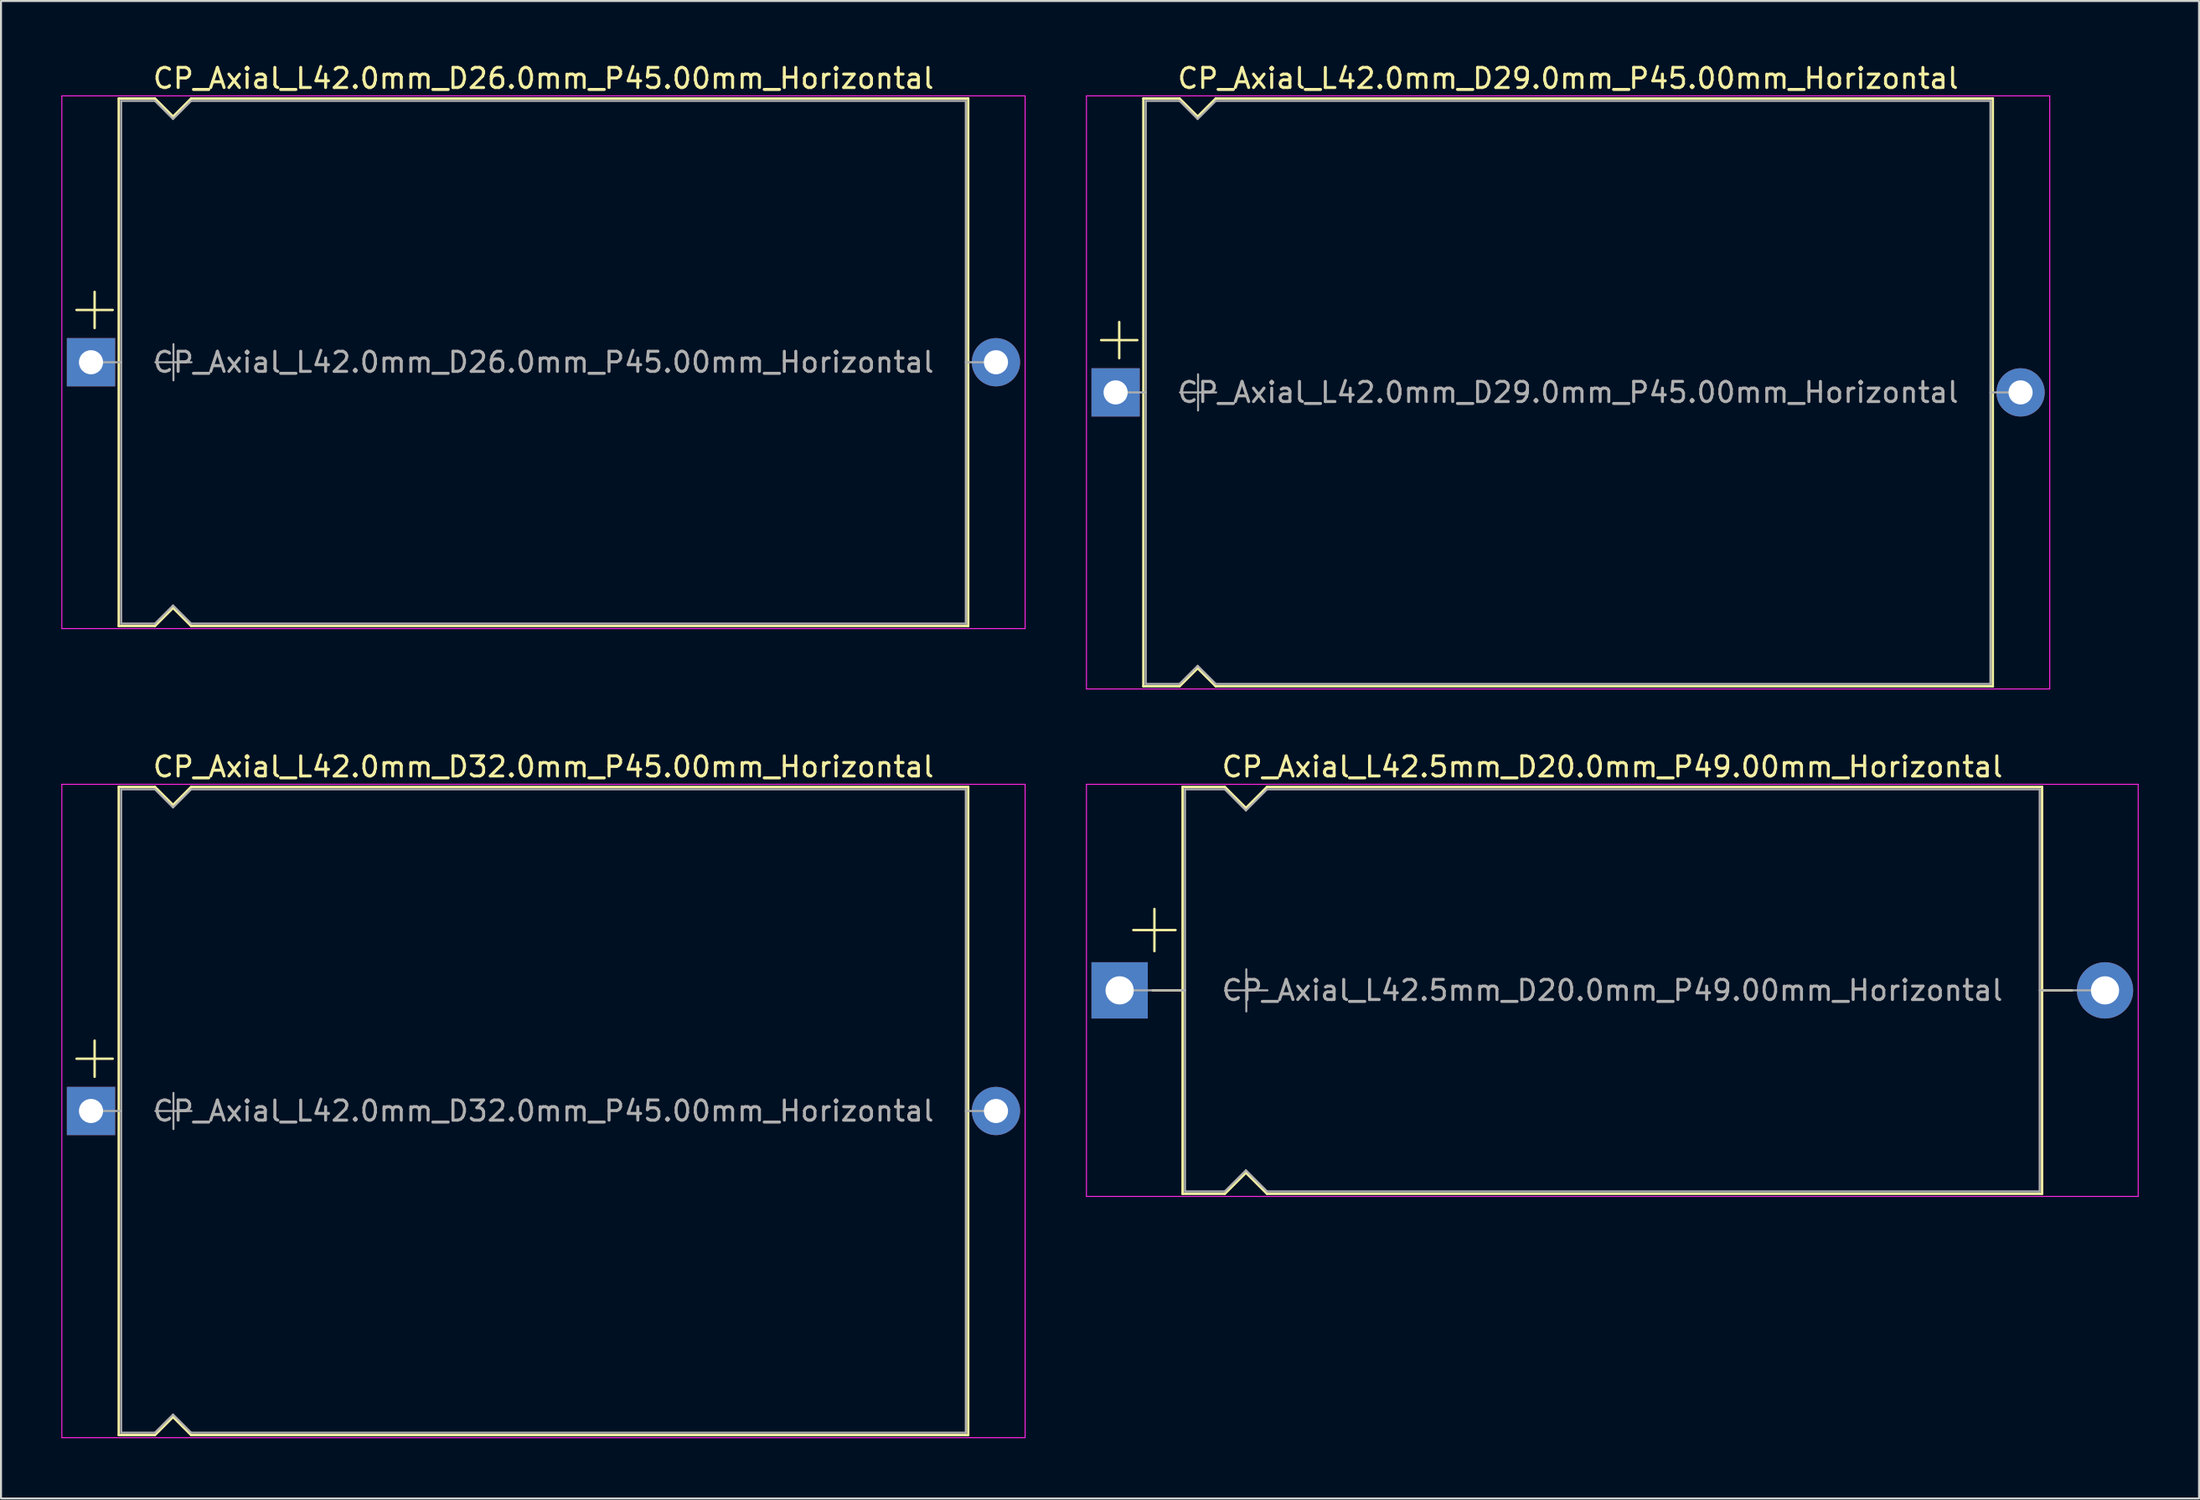
<source format=kicad_pcb>
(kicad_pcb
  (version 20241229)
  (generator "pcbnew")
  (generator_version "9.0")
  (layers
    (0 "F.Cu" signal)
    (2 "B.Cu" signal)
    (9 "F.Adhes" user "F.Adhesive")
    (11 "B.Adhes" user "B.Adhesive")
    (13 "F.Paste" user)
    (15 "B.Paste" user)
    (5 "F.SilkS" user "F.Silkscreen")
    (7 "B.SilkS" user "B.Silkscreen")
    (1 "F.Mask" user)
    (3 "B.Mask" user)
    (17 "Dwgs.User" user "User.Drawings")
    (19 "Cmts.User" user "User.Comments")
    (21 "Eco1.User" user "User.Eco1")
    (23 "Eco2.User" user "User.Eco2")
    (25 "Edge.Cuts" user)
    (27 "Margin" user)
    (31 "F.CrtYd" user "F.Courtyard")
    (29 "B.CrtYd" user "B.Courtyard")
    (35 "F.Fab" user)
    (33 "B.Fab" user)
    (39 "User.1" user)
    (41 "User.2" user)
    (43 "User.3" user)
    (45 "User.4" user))
  (footprint "CP_Axial_L42.0mm_D29.0mm_P45.00mm_Horizontal"
    (layer "F.Cu")
    (at 52.425 16.468)
    (property "Reference" "CP_Axial_L42.0mm_D29.0mm_P45.00mm_Horizontal" (at 22.5 -15.62 0) (layer "F.SilkS") (effects (font (size 1 1) (thickness 0.15))))
    (attr through_hole)
    (fp_line (start -0.72 -2.6) (end 1.08 -2.6) (stroke (width 0.12) (type solid)) (layer "F.SilkS"))
    (fp_line (start 0.18 -3.5) (end 0.18 -1.7) (stroke (width 0.12) (type solid)) (layer "F.SilkS"))
    (fp_line (start 1.38 -14.62) (end 1.38 14.62) (stroke (width 0.12) (type solid)) (layer "F.SilkS"))
    (fp_line (start 1.38 -14.62) (end 3.18 -14.62) (stroke (width 0.12) (type solid)) (layer "F.SilkS"))
    (fp_line (start 1.38 14.62) (end 3.18 14.62) (stroke (width 0.12) (type solid)) (layer "F.SilkS"))
    (fp_line (start 3.18 -14.62) (end 4.08 -13.72) (stroke (width 0.12) (type solid)) (layer "F.SilkS"))
    (fp_line (start 3.18 14.62) (end 4.08 13.72) (stroke (width 0.12) (type solid)) (layer "F.SilkS"))
    (fp_line (start 4.08 -13.72) (end 4.98 -14.62) (stroke (width 0.12) (type solid)) (layer "F.SilkS"))
    (fp_line (start 4.08 13.72) (end 4.98 14.62) (stroke (width 0.12) (type solid)) (layer "F.SilkS"))
    (fp_line (start 4.98 -14.62) (end 43.62 -14.62) (stroke (width 0.12) (type solid)) (layer "F.SilkS"))
    (fp_line (start 4.98 14.62) (end 43.62 14.62) (stroke (width 0.12) (type solid)) (layer "F.SilkS"))
    (fp_line (start 43.62 -14.62) (end 43.62 14.62) (stroke (width 0.12) (type solid)) (layer "F.SilkS"))
    (fp_line (start -1.45 -14.75) (end -1.45 14.75) (stroke (width 0.05) (type solid)) (layer "F.CrtYd"))
    (fp_line (start -1.45 14.75) (end 46.45 14.75) (stroke (width 0.05) (type solid)) (layer "F.CrtYd"))
    (fp_line (start 46.45 -14.75) (end -1.45 -14.75) (stroke (width 0.05) (type solid)) (layer "F.CrtYd"))
    (fp_line (start 46.45 14.75) (end 46.45 -14.75) (stroke (width 0.05) (type solid)) (layer "F.CrtYd"))
    (fp_line (start 0 0) (end 1.5 0) (stroke (width 0.1) (type solid)) (layer "F.Fab"))
    (fp_line (start 1.5 -14.5) (end 1.5 14.5) (stroke (width 0.1) (type solid)) (layer "F.Fab"))
    (fp_line (start 1.5 -14.5) (end 3.18 -14.5) (stroke (width 0.1) (type solid)) (layer "F.Fab"))
    (fp_line (start 1.5 14.5) (end 3.18 14.5) (stroke (width 0.1) (type solid)) (layer "F.Fab"))
    (fp_line (start 3.18 -14.5) (end 4.08 -13.6) (stroke (width 0.1) (type solid)) (layer "F.Fab"))
    (fp_line (start 3.18 14.5) (end 4.08 13.6) (stroke (width 0.1) (type solid)) (layer "F.Fab"))
    (fp_line (start 3.2 0) (end 5 0) (stroke (width 0.1) (type solid)) (layer "F.Fab"))
    (fp_line (start 4.08 -13.6) (end 4.98 -14.5) (stroke (width 0.1) (type solid)) (layer "F.Fab"))
    (fp_line (start 4.08 13.6) (end 4.98 14.5) (stroke (width 0.1) (type solid)) (layer "F.Fab"))
    (fp_line (start 4.1 -0.9) (end 4.1 0.9) (stroke (width 0.1) (type solid)) (layer "F.Fab"))
    (fp_line (start 4.98 -14.5) (end 43.5 -14.5) (stroke (width 0.1) (type solid)) (layer "F.Fab"))
    (fp_line (start 4.98 14.5) (end 43.5 14.5) (stroke (width 0.1) (type solid)) (layer "F.Fab"))
    (fp_line (start 43.5 -14.5) (end 43.5 14.5) (stroke (width 0.1) (type solid)) (layer "F.Fab"))
    (fp_line (start 45 0) (end 43.5 0) (stroke (width 0.1) (type solid)) (layer "F.Fab"))
    (fp_text user "${REFERENCE}" (at 22.5 0 0) (layer "F.Fab") (effects (font (size 1 1) (thickness 0.15))))
    (pad "1" thru_hole rect (at 0 0) (size 2.4 2.4) (drill 1.2) (layers "*.Cu" "*.Mask"))
    (pad "2" thru_hole oval (at 45 0) (size 2.4 2.4) (drill 1.2) (layers "*.Cu" "*.Mask")))
  (footprint "CP_Axial_L42.5mm_D20.0mm_P49.00mm_Horizontal"
    (layer "F.Cu")
    (at 52.625 46.212)
    (property "Reference" "CP_Axial_L42.5mm_D20.0mm_P49.00mm_Horizontal" (at 24.5 -11.12 0) (layer "F.SilkS") (effects (font (size 1 1) (thickness 0.15))))
    (attr through_hole)
    (fp_line (start 0.68 -3) (end 2.78 -3) (stroke (width 0.12) (type solid)) (layer "F.SilkS"))
    (fp_line (start 1.64 0) (end 3.13 0) (stroke (width 0.12) (type solid)) (layer "F.SilkS"))
    (fp_line (start 1.73 -4.05) (end 1.73 -1.95) (stroke (width 0.12) (type solid)) (layer "F.SilkS"))
    (fp_line (start 3.13 -10.12) (end 3.13 10.12) (stroke (width 0.12) (type solid)) (layer "F.SilkS"))
    (fp_line (start 3.13 -10.12) (end 5.23 -10.12) (stroke (width 0.12) (type solid)) (layer "F.SilkS"))
    (fp_line (start 3.13 10.12) (end 5.23 10.12) (stroke (width 0.12) (type solid)) (layer "F.SilkS"))
    (fp_line (start 5.23 -10.12) (end 6.28 -9.07) (stroke (width 0.12) (type solid)) (layer "F.SilkS"))
    (fp_line (start 5.23 10.12) (end 6.28 9.07) (stroke (width 0.12) (type solid)) (layer "F.SilkS"))
    (fp_line (start 6.28 -9.07) (end 7.33 -10.12) (stroke (width 0.12) (type solid)) (layer "F.SilkS"))
    (fp_line (start 6.28 9.07) (end 7.33 10.12) (stroke (width 0.12) (type solid)) (layer "F.SilkS"))
    (fp_line (start 7.33 -10.12) (end 45.87 -10.12) (stroke (width 0.12) (type solid)) (layer "F.SilkS"))
    (fp_line (start 7.33 10.12) (end 45.87 10.12) (stroke (width 0.12) (type solid)) (layer "F.SilkS"))
    (fp_line (start 45.87 -10.12) (end 45.87 10.12) (stroke (width 0.12) (type solid)) (layer "F.SilkS"))
    (fp_line (start 47.36 0) (end 45.87 0) (stroke (width 0.12) (type solid)) (layer "F.SilkS"))
    (fp_line (start -1.65 -10.25) (end -1.65 10.25) (stroke (width 0.05) (type solid)) (layer "F.CrtYd"))
    (fp_line (start -1.65 10.25) (end 50.65 10.25) (stroke (width 0.05) (type solid)) (layer "F.CrtYd"))
    (fp_line (start 50.65 -10.25) (end -1.65 -10.25) (stroke (width 0.05) (type solid)) (layer "F.CrtYd"))
    (fp_line (start 50.65 10.25) (end 50.65 -10.25) (stroke (width 0.05) (type solid)) (layer "F.CrtYd"))
    (fp_line (start 0 0) (end 3.25 0) (stroke (width 0.1) (type solid)) (layer "F.Fab"))
    (fp_line (start 3.25 -10) (end 3.25 10) (stroke (width 0.1) (type solid)) (layer "F.Fab"))
    (fp_line (start 3.25 -10) (end 5.23 -10) (stroke (width 0.1) (type solid)) (layer "F.Fab"))
    (fp_line (start 3.25 10) (end 5.23 10) (stroke (width 0.1) (type solid)) (layer "F.Fab"))
    (fp_line (start 5.23 -10) (end 6.28 -8.95) (stroke (width 0.1) (type solid)) (layer "F.Fab"))
    (fp_line (start 5.23 10) (end 6.28 8.95) (stroke (width 0.1) (type solid)) (layer "F.Fab"))
    (fp_line (start 5.25 0) (end 7.35 0) (stroke (width 0.1) (type solid)) (layer "F.Fab"))
    (fp_line (start 6.28 -8.95) (end 7.33 -10) (stroke (width 0.1) (type solid)) (layer "F.Fab"))
    (fp_line (start 6.28 8.95) (end 7.33 10) (stroke (width 0.1) (type solid)) (layer "F.Fab"))
    (fp_line (start 6.3 -1.05) (end 6.3 1.05) (stroke (width 0.1) (type solid)) (layer "F.Fab"))
    (fp_line (start 7.33 -10) (end 45.75 -10) (stroke (width 0.1) (type solid)) (layer "F.Fab"))
    (fp_line (start 7.33 10) (end 45.75 10) (stroke (width 0.1) (type solid)) (layer "F.Fab"))
    (fp_line (start 45.75 -10) (end 45.75 10) (stroke (width 0.1) (type solid)) (layer "F.Fab"))
    (fp_line (start 49 0) (end 45.75 0) (stroke (width 0.1) (type solid)) (layer "F.Fab"))
    (fp_text user "${REFERENCE}" (at 24.5 0 0) (layer "F.Fab") (effects (font (size 1 1) (thickness 0.15))))
    (pad "1" thru_hole rect (at 0 0) (size 2.8 2.8) (drill 1.4) (layers "*.Cu" "*.Mask"))
    (pad "2" thru_hole oval (at 49 0) (size 2.8 2.8) (drill 1.4) (layers "*.Cu" "*.Mask")))
  (footprint "CP_Axial_L42.0mm_D32.0mm_P45.00mm_Horizontal"
    (layer "F.Cu")
    (at 1.475 52.212)
    (property "Reference" "CP_Axial_L42.0mm_D32.0mm_P45.00mm_Horizontal" (at 22.5 -17.12 0) (layer "F.SilkS") (effects (font (size 1 1) (thickness 0.15))))
    (attr through_hole)
    (fp_line (start -0.72 -2.6) (end 1.08 -2.6) (stroke (width 0.12) (type solid)) (layer "F.SilkS"))
    (fp_line (start 0.18 -3.5) (end 0.18 -1.7) (stroke (width 0.12) (type solid)) (layer "F.SilkS"))
    (fp_line (start 1.38 -16.12) (end 1.38 16.12) (stroke (width 0.12) (type solid)) (layer "F.SilkS"))
    (fp_line (start 1.38 -16.12) (end 3.18 -16.12) (stroke (width 0.12) (type solid)) (layer "F.SilkS"))
    (fp_line (start 1.38 16.12) (end 3.18 16.12) (stroke (width 0.12) (type solid)) (layer "F.SilkS"))
    (fp_line (start 3.18 -16.12) (end 4.08 -15.22) (stroke (width 0.12) (type solid)) (layer "F.SilkS"))
    (fp_line (start 3.18 16.12) (end 4.08 15.22) (stroke (width 0.12) (type solid)) (layer "F.SilkS"))
    (fp_line (start 4.08 -15.22) (end 4.98 -16.12) (stroke (width 0.12) (type solid)) (layer "F.SilkS"))
    (fp_line (start 4.08 15.22) (end 4.98 16.12) (stroke (width 0.12) (type solid)) (layer "F.SilkS"))
    (fp_line (start 4.98 -16.12) (end 43.62 -16.12) (stroke (width 0.12) (type solid)) (layer "F.SilkS"))
    (fp_line (start 4.98 16.12) (end 43.62 16.12) (stroke (width 0.12) (type solid)) (layer "F.SilkS"))
    (fp_line (start 43.62 -16.12) (end 43.62 16.12) (stroke (width 0.12) (type solid)) (layer "F.SilkS"))
    (fp_line (start -1.45 -16.25) (end -1.45 16.25) (stroke (width 0.05) (type solid)) (layer "F.CrtYd"))
    (fp_line (start -1.45 16.25) (end 46.45 16.25) (stroke (width 0.05) (type solid)) (layer "F.CrtYd"))
    (fp_line (start 46.45 -16.25) (end -1.45 -16.25) (stroke (width 0.05) (type solid)) (layer "F.CrtYd"))
    (fp_line (start 46.45 16.25) (end 46.45 -16.25) (stroke (width 0.05) (type solid)) (layer "F.CrtYd"))
    (fp_line (start 0 0) (end 1.5 0) (stroke (width 0.1) (type solid)) (layer "F.Fab"))
    (fp_line (start 1.5 -16) (end 1.5 16) (stroke (width 0.1) (type solid)) (layer "F.Fab"))
    (fp_line (start 1.5 -16) (end 3.18 -16) (stroke (width 0.1) (type solid)) (layer "F.Fab"))
    (fp_line (start 1.5 16) (end 3.18 16) (stroke (width 0.1) (type solid)) (layer "F.Fab"))
    (fp_line (start 3.18 -16) (end 4.08 -15.1) (stroke (width 0.1) (type solid)) (layer "F.Fab"))
    (fp_line (start 3.18 16) (end 4.08 15.1) (stroke (width 0.1) (type solid)) (layer "F.Fab"))
    (fp_line (start 3.2 0) (end 5 0) (stroke (width 0.1) (type solid)) (layer "F.Fab"))
    (fp_line (start 4.08 -15.1) (end 4.98 -16) (stroke (width 0.1) (type solid)) (layer "F.Fab"))
    (fp_line (start 4.08 15.1) (end 4.98 16) (stroke (width 0.1) (type solid)) (layer "F.Fab"))
    (fp_line (start 4.1 -0.9) (end 4.1 0.9) (stroke (width 0.1) (type solid)) (layer "F.Fab"))
    (fp_line (start 4.98 -16) (end 43.5 -16) (stroke (width 0.1) (type solid)) (layer "F.Fab"))
    (fp_line (start 4.98 16) (end 43.5 16) (stroke (width 0.1) (type solid)) (layer "F.Fab"))
    (fp_line (start 43.5 -16) (end 43.5 16) (stroke (width 0.1) (type solid)) (layer "F.Fab"))
    (fp_line (start 45 0) (end 43.5 0) (stroke (width 0.1) (type solid)) (layer "F.Fab"))
    (fp_text user "${REFERENCE}" (at 22.5 0 0) (layer "F.Fab") (effects (font (size 1 1) (thickness 0.15))))
    (pad "1" thru_hole rect (at 0 0) (size 2.4 2.4) (drill 1.2) (layers "*.Cu" "*.Mask"))
    (pad "2" thru_hole oval (at 45 0) (size 2.4 2.4) (drill 1.2) (layers "*.Cu" "*.Mask")))
  (footprint "CP_Axial_L42.0mm_D26.0mm_P45.00mm_Horizontal"
    (layer "F.Cu")
    (at 1.475 14.968)
    (property "Reference" "CP_Axial_L42.0mm_D26.0mm_P45.00mm_Horizontal" (at 22.5 -14.12 0) (layer "F.SilkS") (effects (font (size 1 1) (thickness 0.15))))
    (attr through_hole)
    (fp_line (start -0.72 -2.6) (end 1.08 -2.6) (stroke (width 0.12) (type solid)) (layer "F.SilkS"))
    (fp_line (start 0.18 -3.5) (end 0.18 -1.7) (stroke (width 0.12) (type solid)) (layer "F.SilkS"))
    (fp_line (start 1.38 -13.12) (end 1.38 13.12) (stroke (width 0.12) (type solid)) (layer "F.SilkS"))
    (fp_line (start 1.38 -13.12) (end 3.18 -13.12) (stroke (width 0.12) (type solid)) (layer "F.SilkS"))
    (fp_line (start 1.38 13.12) (end 3.18 13.12) (stroke (width 0.12) (type solid)) (layer "F.SilkS"))
    (fp_line (start 3.18 -13.12) (end 4.08 -12.22) (stroke (width 0.12) (type solid)) (layer "F.SilkS"))
    (fp_line (start 3.18 13.12) (end 4.08 12.22) (stroke (width 0.12) (type solid)) (layer "F.SilkS"))
    (fp_line (start 4.08 -12.22) (end 4.98 -13.12) (stroke (width 0.12) (type solid)) (layer "F.SilkS"))
    (fp_line (start 4.08 12.22) (end 4.98 13.12) (stroke (width 0.12) (type solid)) (layer "F.SilkS"))
    (fp_line (start 4.98 -13.12) (end 43.62 -13.12) (stroke (width 0.12) (type solid)) (layer "F.SilkS"))
    (fp_line (start 4.98 13.12) (end 43.62 13.12) (stroke (width 0.12) (type solid)) (layer "F.SilkS"))
    (fp_line (start 43.62 -13.12) (end 43.62 13.12) (stroke (width 0.12) (type solid)) (layer "F.SilkS"))
    (fp_line (start -1.45 -13.25) (end -1.45 13.25) (stroke (width 0.05) (type solid)) (layer "F.CrtYd"))
    (fp_line (start -1.45 13.25) (end 46.45 13.25) (stroke (width 0.05) (type solid)) (layer "F.CrtYd"))
    (fp_line (start 46.45 -13.25) (end -1.45 -13.25) (stroke (width 0.05) (type solid)) (layer "F.CrtYd"))
    (fp_line (start 46.45 13.25) (end 46.45 -13.25) (stroke (width 0.05) (type solid)) (layer "F.CrtYd"))
    (fp_line (start 0 0) (end 1.5 0) (stroke (width 0.1) (type solid)) (layer "F.Fab"))
    (fp_line (start 1.5 -13) (end 1.5 13) (stroke (width 0.1) (type solid)) (layer "F.Fab"))
    (fp_line (start 1.5 -13) (end 3.18 -13) (stroke (width 0.1) (type solid)) (layer "F.Fab"))
    (fp_line (start 1.5 13) (end 3.18 13) (stroke (width 0.1) (type solid)) (layer "F.Fab"))
    (fp_line (start 3.18 -13) (end 4.08 -12.1) (stroke (width 0.1) (type solid)) (layer "F.Fab"))
    (fp_line (start 3.18 13) (end 4.08 12.1) (stroke (width 0.1) (type solid)) (layer "F.Fab"))
    (fp_line (start 3.2 0) (end 5 0) (stroke (width 0.1) (type solid)) (layer "F.Fab"))
    (fp_line (start 4.08 -12.1) (end 4.98 -13) (stroke (width 0.1) (type solid)) (layer "F.Fab"))
    (fp_line (start 4.08 12.1) (end 4.98 13) (stroke (width 0.1) (type solid)) (layer "F.Fab"))
    (fp_line (start 4.1 -0.9) (end 4.1 0.9) (stroke (width 0.1) (type solid)) (layer "F.Fab"))
    (fp_line (start 4.98 -13) (end 43.5 -13) (stroke (width 0.1) (type solid)) (layer "F.Fab"))
    (fp_line (start 4.98 13) (end 43.5 13) (stroke (width 0.1) (type solid)) (layer "F.Fab"))
    (fp_line (start 43.5 -13) (end 43.5 13) (stroke (width 0.1) (type solid)) (layer "F.Fab"))
    (fp_line (start 45 0) (end 43.5 0) (stroke (width 0.1) (type solid)) (layer "F.Fab"))
    (fp_text user "${REFERENCE}" (at 22.5 0 0) (layer "F.Fab") (effects (font (size 1 1) (thickness 0.15))))
    (pad "1" thru_hole rect (at 0 0) (size 2.4 2.4) (drill 1.2) (layers "*.Cu" "*.Mask"))
    (pad "2" thru_hole oval (at 45 0) (size 2.4 2.4) (drill 1.2) (layers "*.Cu" "*.Mask")))
  (gr_rect
    (start -3 -3)
    (end 106.3 71.487)
    (stroke (width 0.1) (type default))
    (fill no)
    (layer "Edge.Cuts")))
</source>
